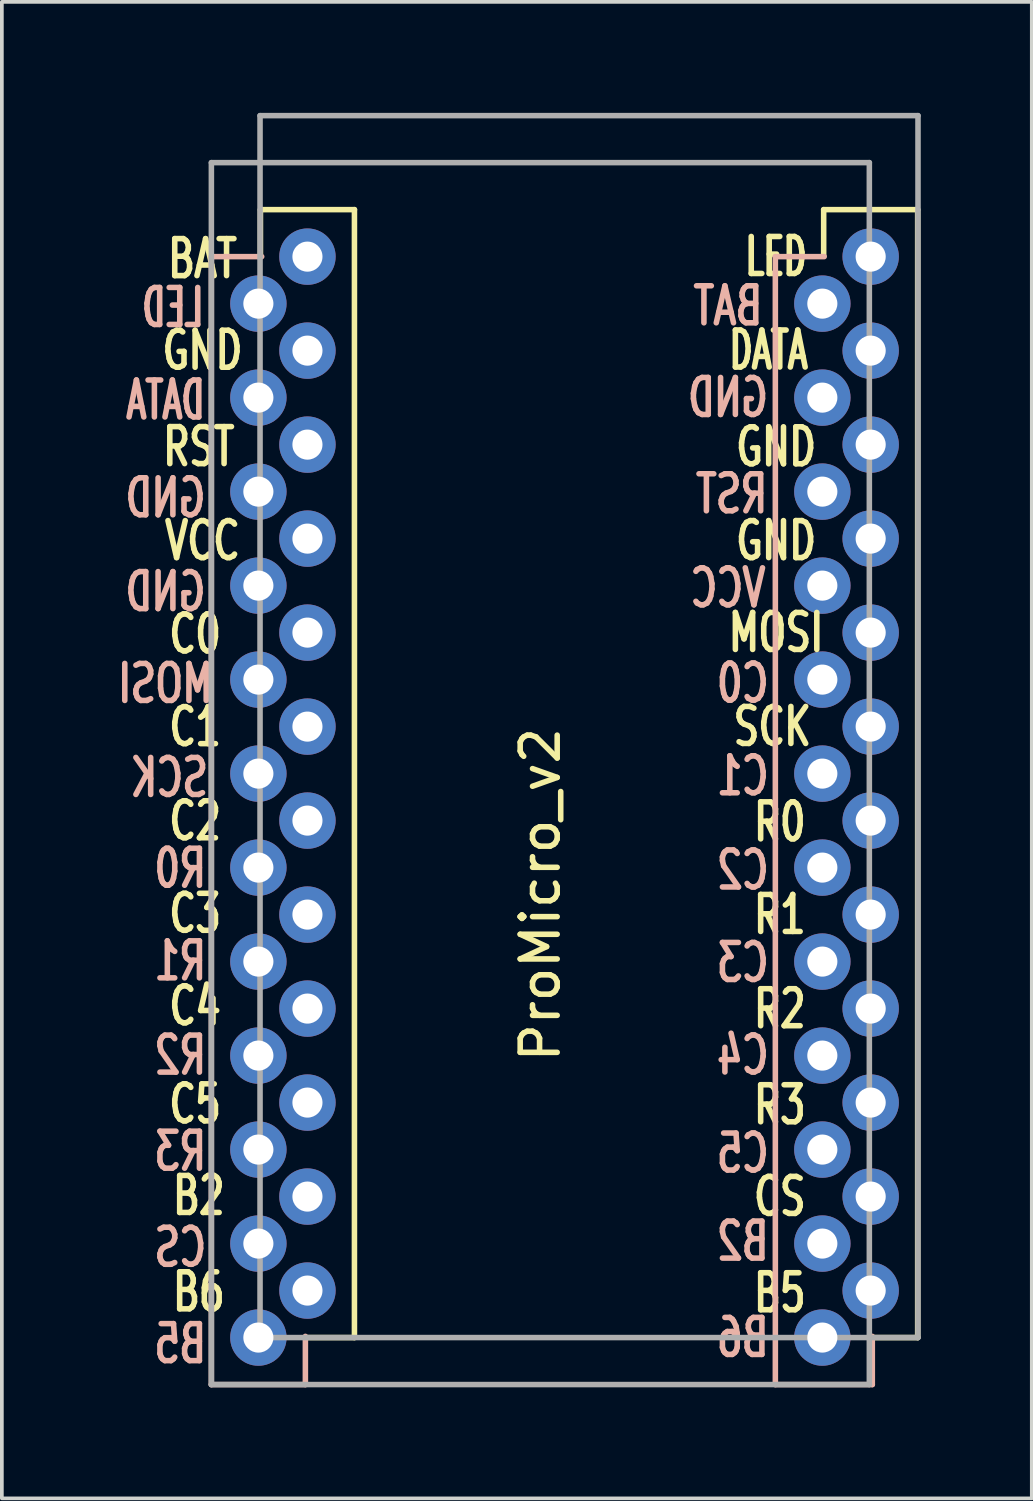
<source format=kicad_pcb>
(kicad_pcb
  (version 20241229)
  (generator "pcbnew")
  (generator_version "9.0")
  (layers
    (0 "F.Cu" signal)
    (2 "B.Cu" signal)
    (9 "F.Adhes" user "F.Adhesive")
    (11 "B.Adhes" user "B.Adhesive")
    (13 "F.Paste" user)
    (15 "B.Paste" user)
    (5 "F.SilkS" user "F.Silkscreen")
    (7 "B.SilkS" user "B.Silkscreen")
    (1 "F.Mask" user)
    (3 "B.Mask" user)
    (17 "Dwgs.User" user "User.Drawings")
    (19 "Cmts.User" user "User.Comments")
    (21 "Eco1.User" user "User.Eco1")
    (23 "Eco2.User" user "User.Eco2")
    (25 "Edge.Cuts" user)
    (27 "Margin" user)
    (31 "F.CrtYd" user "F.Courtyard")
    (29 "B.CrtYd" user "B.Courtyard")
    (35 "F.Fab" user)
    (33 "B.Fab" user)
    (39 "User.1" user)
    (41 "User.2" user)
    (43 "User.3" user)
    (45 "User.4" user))
  (footprint "ProMicro_v2"
    (layer "F.Cu")
    (at 12.822 18.363)
    (property "Reference" "ProMicro_v2" (at -1.27 2.762 270) (layer "F.SilkS") (effects (font (size 1 1) (thickness 0.15))))
    (attr through_hole)
    (fp_line (start -8.834 -15.748) (end -6.294 -15.748) (stroke (width 0.15) (type solid)) (layer "F.SilkS"))
    (fp_line (start -8.834 -14.5) (end -8.834 -15.748) (stroke (width 0.15) (type solid)) (layer "F.SilkS"))
    (fp_line (start -6.294 -15.748) (end -6.294 14.732) (stroke (width 0.15) (type solid)) (layer "F.SilkS"))
    (fp_line (start -6.294 14.732) (end -7.6 14.732) (stroke (width 0.15) (type solid)) (layer "F.SilkS"))
    (fp_line (start 6.386 -15.748) (end 8.926 -15.748) (stroke (width 0.15) (type solid)) (layer "F.SilkS"))
    (fp_line (start 6.386 -14.5) (end 6.386 -15.748) (stroke (width 0.15) (type solid)) (layer "F.SilkS"))
    (fp_line (start 8.926 -15.748) (end 8.926 14.732) (stroke (width 0.15) (type solid)) (layer "F.SilkS"))
    (fp_line (start 8.926 14.732) (end 7.7 14.732) (stroke (width 0.15) (type solid)) (layer "F.SilkS"))
    (fp_line (start -10.16 -14.478) (end -8.8 -14.478) (stroke (width 0.15) (type solid)) (layer "B.SilkS"))
    (fp_line (start -10.16 16.002) (end -10.16 -14.478) (stroke (width 0.15) (type solid)) (layer "B.SilkS"))
    (fp_line (start -7.62 14.7) (end -7.62 16.002) (stroke (width 0.15) (type solid)) (layer "B.SilkS"))
    (fp_line (start -7.62 16.002) (end -10.16 16.002) (stroke (width 0.15) (type solid)) (layer "B.SilkS"))
    (fp_line (start 5.08 -14.478) (end 6.4 -14.478) (stroke (width 0.15) (type solid)) (layer "B.SilkS"))
    (fp_line (start 5.08 16.002) (end 5.08 -14.478) (stroke (width 0.15) (type solid)) (layer "B.SilkS"))
    (fp_line (start 7.7 14.7) (end 7.7 16.002) (stroke (width 0.15) (type solid)) (layer "B.SilkS"))
    (fp_line (start 7.7 16.002) (end 5.08 16.002) (stroke (width 0.15) (type solid)) (layer "B.SilkS"))
    (fp_line (start -10.16 -17.018) (end 7.62 -17.018) (stroke (width 0.15) (type solid)) (layer "F.Fab"))
    (fp_line (start -10.16 16.002) (end -10.16 -17.018) (stroke (width 0.15) (type solid)) (layer "F.Fab"))
    (fp_line (start -8.845 -18.288) (end 8.935 -18.288) (stroke (width 0.15) (type solid)) (layer "F.Fab"))
    (fp_line (start -8.845 14.732) (end -8.845 -18.288) (stroke (width 0.15) (type solid)) (layer "F.Fab"))
    (fp_line (start 7.62 -17.018) (end 7.62 16.002) (stroke (width 0.15) (type solid)) (layer "F.Fab"))
    (fp_line (start 7.62 16.002) (end -10.16 16.002) (stroke (width 0.15) (type solid)) (layer "F.Fab"))
    (fp_line (start 8.935 -18.288) (end 8.935 14.732) (stroke (width 0.15) (type solid)) (layer "F.Fab"))
    (fp_line (start 8.935 14.732) (end -8.845 14.732) (stroke (width 0.15) (type solid)) (layer "F.Fab"))
    (fp_text user "C3" (at -10.6 3.272 0) (layer "F.SilkS") (effects (font (size 1 0.7) (thickness 0.15) (bold yes))))
    (fp_text user "GND" (at -10.4 -11.944 0) (layer "F.SilkS") (effects (font (size 1 0.7) (thickness 0.15) (bold yes))))
    (fp_text user "C4" (at -10.6 5.771 0) (layer "F.SilkS") (effects (font (size 1 0.7) (thickness 0.15) (bold yes))))
    (fp_text user "C2" (at -10.6 0.771 0) (layer "F.SilkS") (effects (font (size 1 0.7) (thickness 0.15) (bold yes))))
    (fp_text user "R2" (at 5.2 5.85 0) (layer "F.SilkS") (effects (font (size 1 0.7) (thickness 0.15) (bold yes))))
    (fp_text user "SCK" (at 5 -1.778 0) (layer "F.SilkS") (effects (font (size 1 0.7) (thickness 0.15) (bold yes))))
    (fp_text user "B6" (at -10.5 13.5 0) (layer "F.SilkS") (effects (font (size 1 0.7) (thickness 0.15) (bold yes))))
    (fp_text user "MOSI" (at 5.1 -4.318 0) (layer "F.SilkS") (effects (font (size 1 0.7) (thickness 0.15) (bold yes))))
    (fp_text user "B5" (at 5.2 13.525 0) (layer "F.SilkS") (effects (font (size 1 0.7) (thickness 0.15) (bold yes))))
    (fp_text user "" (at -0.5 -17.25 0) (layer "F.SilkS") (effects (font (size 1 1) (thickness 0.15))))
    (fp_text user "R0" (at 5.2 0.8 0) (layer "F.SilkS") (effects (font (size 1 0.7) (thickness 0.15) (bold yes))))
    (fp_text user "GND" (at 5.1 -6.8 0) (layer "F.SilkS") (effects (font (size 1 0.7) (thickness 0.15) (bold yes))))
    (fp_text user "R1" (at 5.2 3.302 0) (layer "F.SilkS") (effects (font (size 1 0.7) (thickness 0.15) (bold yes))))
    (fp_text user "C0" (at -10.6 -4.279 0) (layer "F.SilkS") (effects (font (size 1 0.7) (thickness 0.15) (bold yes))))
    (fp_text user "B2" (at -10.5 10.896 0) (layer "F.SilkS") (effects (font (size 1 0.7) (thickness 0.15) (bold yes))))
    (fp_text user "BAT" (at -10.4 -14.42 0) (layer "F.SilkS") (effects (font (size 1 0.7) (thickness 0.15) (bold yes))))
    (fp_text user "LED" (at 5.1 -14.478 0) (layer "F.SilkS") (effects (font (size 1 0.6) (thickness 0.15) (bold yes))))
    (fp_text user "RST" (at -10.5 -9.34 0) (layer "F.SilkS") (effects (font (size 1 0.7) (thickness 0.15) (bold yes))))
    (fp_text user "VCC" (at -10.4 -6.8 0) (layer "F.SilkS") (effects (font (size 1 0.7) (thickness 0.15) (bold yes))))
    (fp_text user "CS" (at 5.2 10.922 0) (layer "F.SilkS") (effects (font (size 1 0.7) (thickness 0.15) (bold yes))))
    (fp_text user "DATA" (at 4.9 -11.95 0) (layer "F.SilkS") (effects (font (size 1 0.6) (thickness 0.15) (bold yes))))
    (fp_text user "C1" (at -10.6 -1.773 0) (layer "F.SilkS") (effects (font (size 1 0.7) (thickness 0.15) (bold yes))))
    (fp_text user "GND" (at 5.1 -9.335 0) (layer "F.SilkS") (effects (font (size 1 0.7) (thickness 0.15) (bold yes))))
    (fp_text user "C5" (at -10.6 8.421 0) (layer "F.SilkS") (effects (font (size 1 0.7) (thickness 0.15) (bold yes))))
    (fp_text user "R3" (at 5.2 8.445 0) (layer "F.SilkS") (effects (font (size 1 0.7) (thickness 0.15) (bold yes))))
    (fp_text user "DATA" (at -11.4 -10.6 0) (layer "B.SilkS") (effects (font (size 1 0.6) (thickness 0.15) (bold yes)) (justify mirror)))
    (fp_text user "C4" (at 4.2 7.1 0) (layer "B.SilkS") (effects (font (size 1 0.7) (thickness 0.15) (bold yes)) (justify mirror)))
    (fp_text user "GND" (at -11.4 -5.422 0) (layer "B.SilkS") (effects (font (size 1 0.7) (thickness 0.15) (bold yes)) (justify mirror)))
    (fp_text user "C3" (at 4.2 4.6 0) (layer "B.SilkS") (effects (font (size 1 0.7) (thickness 0.15) (bold yes)) (justify mirror)))
    (fp_text user "RST" (at 3.9 -8.065 0) (layer "B.SilkS") (effects (font (size 1 0.7) (thickness 0.15) (bold yes)) (justify mirror)))
    (fp_text user "C1" (at 4.2 -0.445 0) (layer "B.SilkS") (effects (font (size 1 0.7) (thickness 0.15) (bold yes)) (justify mirror)))
    (fp_text user "C0" (at 4.2 -2.95 0) (layer "B.SilkS") (effects (font (size 1 0.7) (thickness 0.15) (bold yes)) (justify mirror)))
    (fp_text user "R1" (at -11 4.556 0) (layer "B.SilkS") (effects (font (size 1 0.7) (thickness 0.15) (bold yes)) (justify mirror)))
    (fp_text user "R0" (at -11 2.054 0) (layer "B.SilkS") (effects (font (size 1 0.7) (thickness 0.15) (bold yes)) (justify mirror)))
    (fp_text user "LED" (at -11.2 -13.1 0) (layer "B.SilkS") (effects (font (size 1 0.6) (thickness 0.15) (bold yes)) (justify mirror)))
    (fp_text user "BAT" (at 3.8 -13.145 0) (layer "B.SilkS") (effects (font (size 1 0.7) (thickness 0.15) (bold yes)) (justify mirror)))
    (fp_text user "B2" (at 4.2 12.129 0) (layer "B.SilkS") (effects (font (size 1 0.7) (thickness 0.15) (bold yes)) (justify mirror)))
    (fp_text user "GND" (at 3.8 -10.668 0) (layer "B.SilkS") (effects (font (size 1 0.7) (thickness 0.15) (bold yes)) (justify mirror)))
    (fp_text user "CS" (at -11 12.296 0) (layer "B.SilkS") (effects (font (size 1 0.7) (thickness 0.15) (bold yes)) (justify mirror)))
    (fp_text user "GND" (at -11.4 -7.957 0) (layer "B.SilkS") (effects (font (size 1 0.7) (thickness 0.15) (bold yes)) (justify mirror)))
    (fp_text user "VCC" (at 3.8 -5.524 0) (layer "B.SilkS") (effects (font (size 1 0.7) (thickness 0.15) (bold yes)) (justify mirror)))
    (fp_text user "R2" (at -11 7.104 0) (layer "B.SilkS") (effects (font (size 1 0.7) (thickness 0.15) (bold yes)) (justify mirror)))
    (fp_text user "MOSI" (at -11.4 -2.94 0) (layer "B.SilkS") (effects (font (size 1 0.7) (thickness 0.15) (bold yes)) (justify mirror)))
    (fp_text user "C2" (at 4.2 2.1 0) (layer "B.SilkS") (effects (font (size 1 0.7) (thickness 0.15) (bold yes)) (justify mirror)))
    (fp_text user "B6" (at 4.2 14.732 0) (layer "B.SilkS") (effects (font (size 1 0.7) (thickness 0.15) (bold yes)) (justify mirror)))
    (fp_text user "C5" (at 4.2 9.75 0) (layer "B.SilkS") (effects (font (size 1 0.7) (thickness 0.15) (bold yes)) (justify mirror)))
    (fp_text user "B5" (at -11 14.9 0) (layer "B.SilkS") (effects (font (size 1 0.7) (thickness 0.15) (bold yes)) (justify mirror)))
    (fp_text user "R3" (at -11 9.7 0) (layer "B.SilkS") (effects (font (size 1 0.7) (thickness 0.15) (bold yes)) (justify mirror)))
    (fp_text user "SCK" (at -11.3 -0.4 0) (layer "B.SilkS") (effects (font (size 1 0.7) (thickness 0.15) (bold yes)) (justify mirror)))
    (fp_text user "" (at -1.206 -16.256 0) (layer "B.SilkS") (effects (font (size 1 1) (thickness 0.15)) (justify mirror)))
    (pad "1" thru_hole circle (at -8.89 -13.208) (size 1.524 1.524) (drill 0.813) (layers "*.Cu" "*.Mask"))
    (pad "1" thru_hole circle (at 7.656 -14.478) (size 1.524 1.524) (drill 0.813) (layers "*.Cu" "*.Mask"))
    (pad "2" thru_hole circle (at -8.89 -10.668) (size 1.524 1.524) (drill 0.813) (layers "*.Cu" "*.Mask"))
    (pad "2" thru_hole circle (at 7.656 -11.938) (size 1.524 1.524) (drill 0.813) (layers "*.Cu" "*.Mask"))
    (pad "3" thru_hole circle (at -8.89 -8.128) (size 1.524 1.524) (drill 0.813) (layers "*.Cu" "*.Mask"))
    (pad "3" thru_hole circle (at 7.656 -9.398) (size 1.524 1.524) (drill 0.813) (layers "*.Cu" "*.Mask"))
    (pad "4" thru_hole circle (at -8.89 -5.588) (size 1.524 1.524) (drill 0.813) (layers "*.Cu" "*.Mask"))
    (pad "4" thru_hole circle (at 7.656 -6.858) (size 1.524 1.524) (drill 0.813) (layers "*.Cu" "*.Mask"))
    (pad "5" thru_hole circle (at -8.89 -3.048) (size 1.524 1.524) (drill 0.813) (layers "*.Cu" "*.Mask"))
    (pad "5" thru_hole circle (at 7.656 -4.318) (size 1.524 1.524) (drill 0.813) (layers "*.Cu" "*.Mask"))
    (pad "6" thru_hole circle (at -8.89 -0.508) (size 1.524 1.524) (drill 0.813) (layers "*.Cu" "*.Mask"))
    (pad "6" thru_hole circle (at 7.656 -1.778) (size 1.524 1.524) (drill 0.813) (layers "*.Cu" "*.Mask"))
    (pad "7" thru_hole circle (at -8.89 2.032) (size 1.524 1.524) (drill 0.813) (layers "*.Cu" "*.Mask"))
    (pad "7" thru_hole circle (at 7.656 0.762) (size 1.524 1.524) (drill 0.813) (layers "*.Cu" "*.Mask"))
    (pad "8" thru_hole circle (at -8.89 4.572) (size 1.524 1.524) (drill 0.813) (layers "*.Cu" "*.Mask"))
    (pad "8" thru_hole circle (at 7.656 3.302) (size 1.524 1.524) (drill 0.813) (layers "*.Cu" "*.Mask"))
    (pad "9" thru_hole circle (at -8.89 7.112) (size 1.524 1.524) (drill 0.813) (layers "*.Cu" "*.Mask"))
    (pad "9" thru_hole circle (at 7.656 5.842) (size 1.524 1.524) (drill 0.813) (layers "*.Cu" "*.Mask"))
    (pad "10" thru_hole circle (at -8.89 9.652) (size 1.524 1.524) (drill 0.813) (layers "*.Cu" "*.Mask"))
    (pad "10" thru_hole circle (at 7.656 8.382) (size 1.524 1.524) (drill 0.813) (layers "*.Cu" "*.Mask"))
    (pad "11" thru_hole circle (at -8.89 12.192) (size 1.524 1.524) (drill 0.813) (layers "*.Cu" "*.Mask"))
    (pad "11" thru_hole circle (at 7.656 10.922) (size 1.524 1.524) (drill 0.813) (layers "*.Cu" "*.Mask"))
    (pad "12" thru_hole circle (at -8.89 14.732) (size 1.524 1.524) (drill 0.813) (layers "*.Cu" "*.Mask"))
    (pad "12" thru_hole circle (at 7.656 13.462) (size 1.524 1.524) (drill 0.813) (layers "*.Cu" "*.Mask"))
    (pad "13" thru_hole circle (at -7.564 13.462) (size 1.524 1.524) (drill 0.813) (layers "*.Cu" "*.Mask"))
    (pad "13" thru_hole circle (at 6.35 14.732) (size 1.524 1.524) (drill 0.813) (layers "*.Cu" "*.Mask"))
    (pad "14" thru_hole circle (at -7.564 10.922) (size 1.524 1.524) (drill 0.813) (layers "*.Cu" "*.Mask"))
    (pad "14" thru_hole circle (at 6.35 12.192) (size 1.524 1.524) (drill 0.813) (layers "*.Cu" "*.Mask"))
    (pad "15" thru_hole circle (at -7.564 8.382) (size 1.524 1.524) (drill 0.813) (layers "*.Cu" "*.Mask"))
    (pad "15" thru_hole circle (at 6.35 9.652) (size 1.524 1.524) (drill 0.813) (layers "*.Cu" "*.Mask"))
    (pad "16" thru_hole circle (at -7.564 5.842) (size 1.524 1.524) (drill 0.813) (layers "*.Cu" "*.Mask"))
    (pad "16" thru_hole circle (at 6.35 7.112) (size 1.524 1.524) (drill 0.813) (layers "*.Cu" "*.Mask"))
    (pad "17" thru_hole circle (at -7.564 3.302) (size 1.524 1.524) (drill 0.813) (layers "*.Cu" "*.Mask"))
    (pad "17" thru_hole circle (at 6.35 4.572) (size 1.524 1.524) (drill 0.813) (layers "*.Cu" "*.Mask"))
    (pad "18" thru_hole circle (at -7.564 0.762) (size 1.524 1.524) (drill 0.813) (layers "*.Cu" "*.Mask"))
    (pad "18" thru_hole circle (at 6.35 2.032) (size 1.524 1.524) (drill 0.813) (layers "*.Cu" "*.Mask"))
    (pad "19" thru_hole circle (at -7.564 -1.778) (size 1.524 1.524) (drill 0.813) (layers "*.Cu" "*.Mask"))
    (pad "19" thru_hole circle (at 6.35 -0.508) (size 1.524 1.524) (drill 0.813) (layers "*.Cu" "*.Mask"))
    (pad "20" thru_hole circle (at -7.564 -4.318) (size 1.524 1.524) (drill 0.813) (layers "*.Cu" "*.Mask"))
    (pad "20" thru_hole circle (at 6.35 -3.048) (size 1.524 1.524) (drill 0.813) (layers "*.Cu" "*.Mask"))
    (pad "21" thru_hole circle (at -7.564 -6.858) (size 1.524 1.524) (drill 0.813) (layers "*.Cu" "*.Mask"))
    (pad "21" thru_hole circle (at 6.35 -5.588) (size 1.524 1.524) (drill 0.813) (layers "*.Cu" "*.Mask"))
    (pad "22" thru_hole circle (at -7.564 -9.398) (size 1.524 1.524) (drill 0.813) (layers "*.Cu" "*.Mask"))
    (pad "22" thru_hole circle (at 6.35 -8.128) (size 1.524 1.524) (drill 0.813) (layers "*.Cu" "*.Mask"))
    (pad "23" thru_hole circle (at -7.564 -11.938) (size 1.524 1.524) (drill 0.813) (layers "*.Cu" "*.Mask"))
    (pad "23" thru_hole circle (at 6.35 -10.668) (size 1.524 1.524) (drill 0.813) (layers "*.Cu" "*.Mask"))
    (pad "24" thru_hole circle (at -7.564 -14.478) (size 1.524 1.524) (drill 0.813) (layers "*.Cu" "*.Mask"))
    (pad "24" thru_hole circle (at 6.35 -13.208) (size 1.524 1.524) (drill 0.813) (layers "*.Cu" "*.Mask")))
  (gr_rect
    (start -3 -3)
    (end 24.832 37.44)
    (stroke (width 0.1) (type default))
    (fill no)
    (layer "Edge.Cuts")))
</source>
